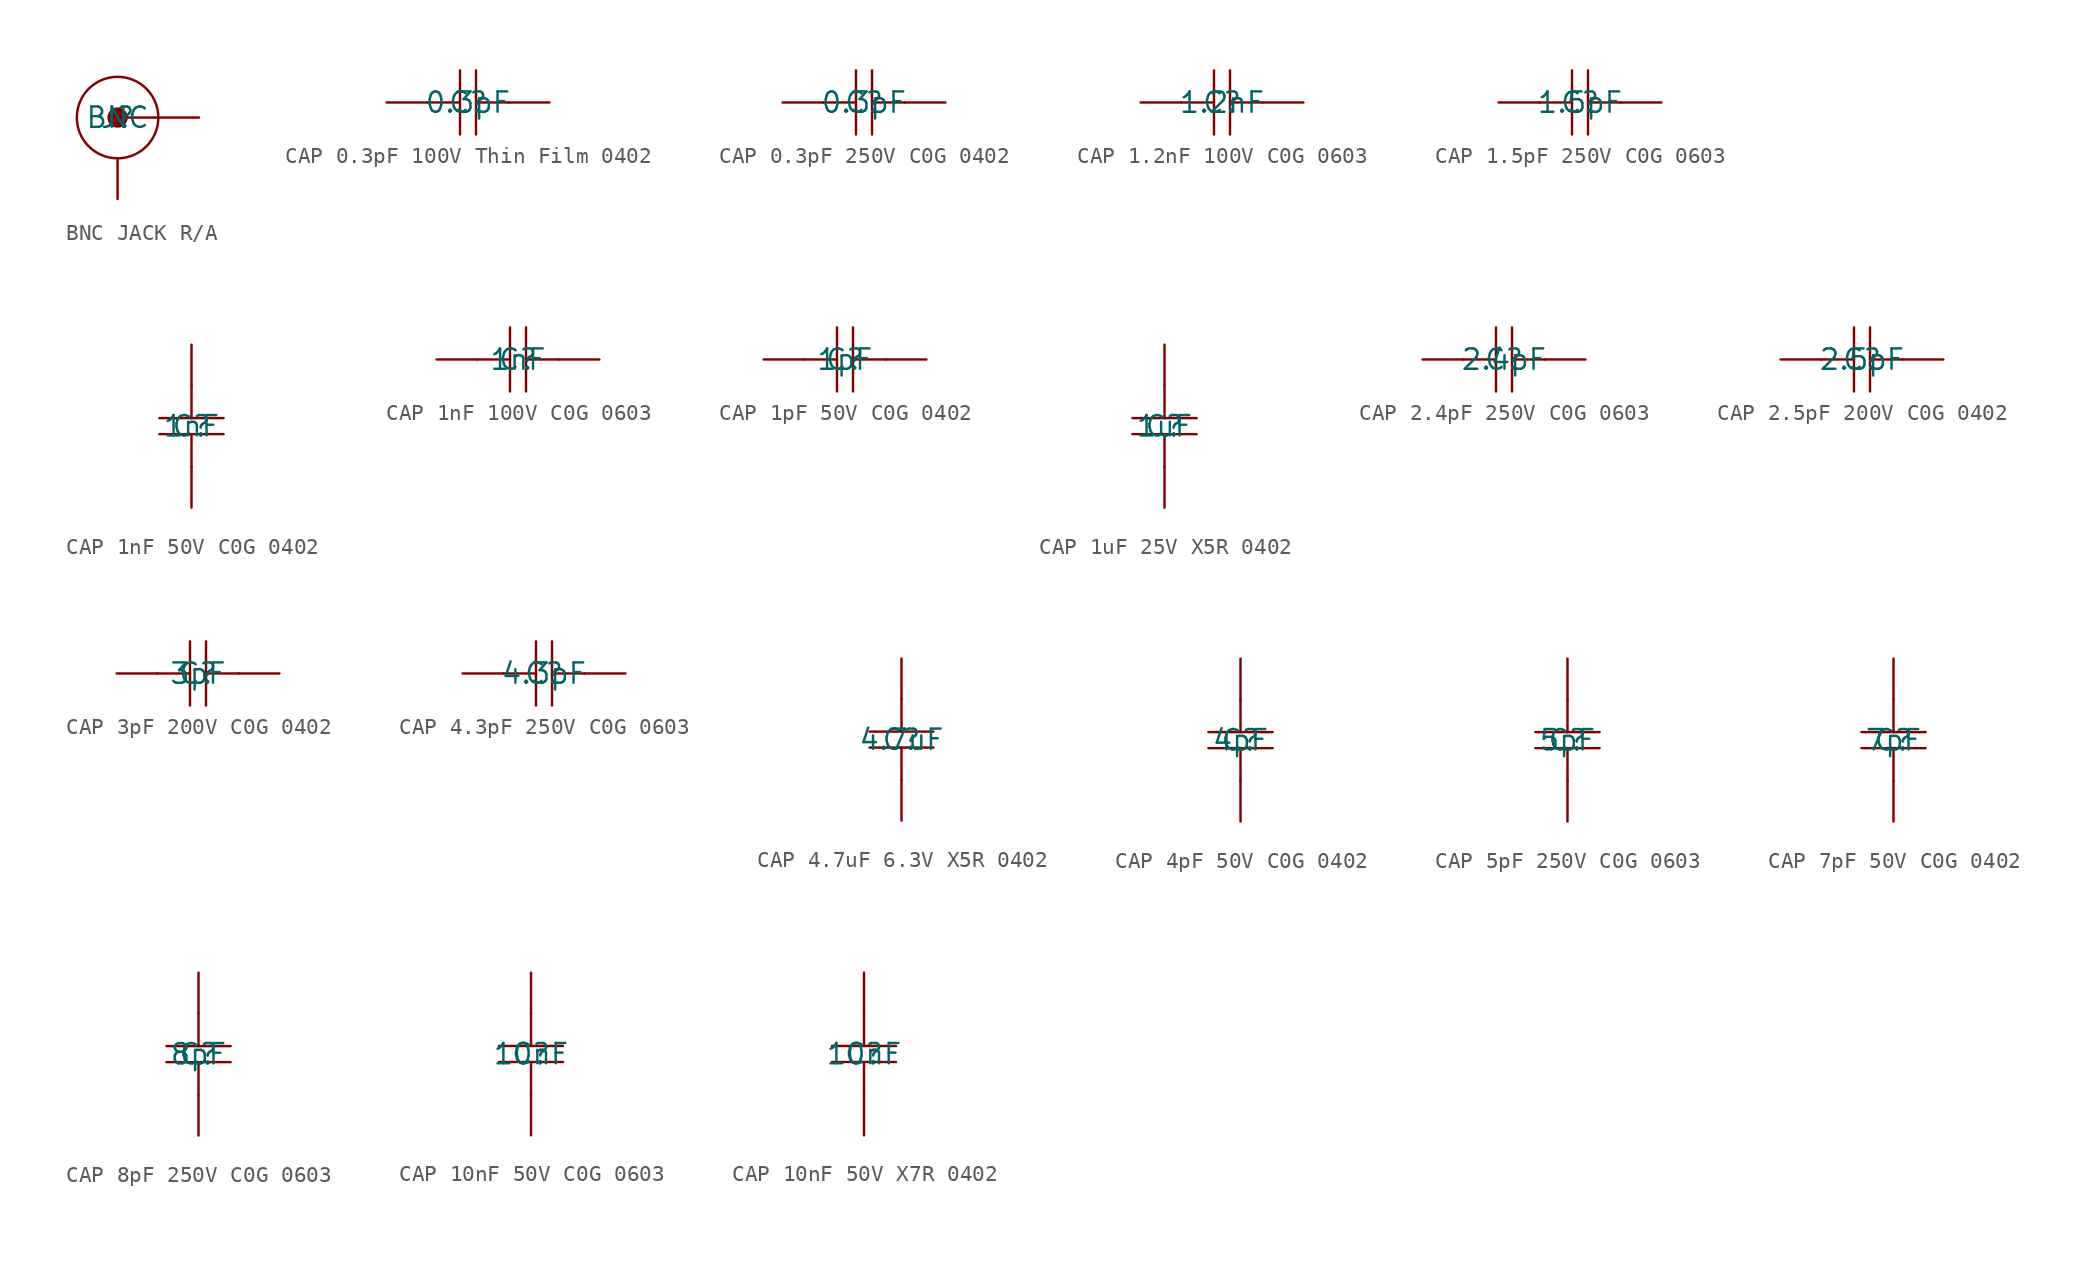
<source format=kicad_sym>
(kicad_symbol_lib
  (version 20241209)
  (generator "kicad_symbol_editor")
  (generator_version "9.0")
  (symbol "BNC JACK R/A"
    (pin_numbers
      (hide yes))
    (pin_names
      (hide yes))
    (property "Reference" "J"
      (at 0 0 0)
      (effects (font (size 1.27 1.27))))
    (property "Value" "BNC"
      (at 0 0 0)
      (effects (font (size 1.27 1.27))))
    (symbol "BNC JACK R/A_1_0"
      (circle (center 0 0) (radius 0.635) (stroke (width -0.0001) (type solid)) (fill (type outline)))
      (circle (center 0 0) (radius 2.54) (stroke (width 0) (type solid)) (fill (type none)))
      (pin passive line (at 0 -5.08 90) (length 2.54) (name "SHIELD" (effects (font (size 1.27 1.27)))) (number "2" (effects (font (size 1.27 1.27)))))
      (pin passive line (at 5.08 0 180) (length 5.08) (name "Signal" (effects (font (size 1.27 1.27)))) (number "1" (effects (font (size 1.27 1.27)))))))
  (symbol "CAP 0.3pF 100V Thin Film 0402"
    (pin_numbers
      (hide yes))
    (pin_names
      (hide yes))
    (property "Reference" "C"
      (at 0 0 0)
      (effects (font (size 1.27 1.27))))
    (property "Value" "0.3pF"
      (at 0 0 0)
      (effects (font (size 1.27 1.27))))
    (symbol "CAP 0.3pF 100V Thin Film 0402_1_0"
      (polyline (pts (xy -2.54 0) (xy -0.5 0)) (stroke (width 0) (type solid)) (fill (type none)))
      (polyline (pts (xy -0.5 -2) (xy -0.5 2)) (stroke (width 0) (type solid)) (fill (type none)))
      (polyline (pts (xy 0.5 -2) (xy 0.5 2)) (stroke (width 0) (type solid)) (fill (type none)))
      (polyline (pts (xy 2.54 0) (xy 0.5 0)) (stroke (width 0) (type solid)) (fill (type none)))
      (pin passive line (at -5.08 0 0) (length 2.54) (name "2" (effects (font (size 1.27 1.27)))) (number "2" (effects (font (size 1.27 1.27)))))
      (pin passive line (at 5.08 0 180) (length 2.54) (name "1" (effects (font (size 1.27 1.27)))) (number "1" (effects (font (size 1.27 1.27)))))))
  (symbol "CAP 0.3pF 250V C0G 0402"
    (pin_numbers
      (hide yes))
    (pin_names
      (hide yes))
    (property "Reference" "C"
      (at 0 0 0)
      (effects (font (size 1.27 1.27))))
    (property "Value" "0.3pF"
      (at 0 0 0)
      (effects (font (size 1.27 1.27))))
    (symbol "CAP 0.3pF 250V C0G 0402_1_0"
      (polyline (pts (xy -2.54 0) (xy -0.5 0)) (stroke (width 0) (type solid)) (fill (type none)))
      (polyline (pts (xy -0.5 -2) (xy -0.5 2)) (stroke (width 0) (type solid)) (fill (type none)))
      (polyline (pts (xy 0.5 -2) (xy 0.5 2)) (stroke (width 0) (type solid)) (fill (type none)))
      (polyline (pts (xy 2.54 0) (xy 0.5 0)) (stroke (width 0) (type solid)) (fill (type none)))
      (pin passive line (at -5.08 0 0) (length 2.54) (name "2" (effects (font (size 1.27 1.27)))) (number "2" (effects (font (size 1.27 1.27)))))
      (pin passive line (at 5.08 0 180) (length 2.54) (name "1" (effects (font (size 1.27 1.27)))) (number "1" (effects (font (size 1.27 1.27)))))))
  (symbol "CAP 1.2nF 100V C0G 0603"
    (pin_numbers
      (hide yes))
    (pin_names
      (hide yes))
    (property "Reference" "C"
      (at 0 0 0)
      (effects (font (size 1.27 1.27))))
    (property "Value" "1.2nF"
      (at 0 0 0)
      (effects (font (size 1.27 1.27))))
    (symbol "CAP 1.2nF 100V C0G 0603_1_0"
      (polyline (pts (xy -2.54 0) (xy -0.5 0)) (stroke (width 0) (type solid)) (fill (type none)))
      (polyline (pts (xy -0.5 -2) (xy -0.5 2)) (stroke (width 0) (type solid)) (fill (type none)))
      (polyline (pts (xy 0.5 -2) (xy 0.5 2)) (stroke (width 0) (type solid)) (fill (type none)))
      (polyline (pts (xy 2.54 0) (xy 0.5 0)) (stroke (width 0) (type solid)) (fill (type none)))
      (pin passive line (at -5.08 0 0) (length 2.54) (name "2" (effects (font (size 1.27 1.27)))) (number "2" (effects (font (size 1.27 1.27)))))
      (pin passive line (at 5.08 0 180) (length 2.54) (name "1" (effects (font (size 1.27 1.27)))) (number "1" (effects (font (size 1.27 1.27)))))))
  (symbol "CAP 1.5pF 250V C0G 0603"
    (pin_numbers
      (hide yes))
    (pin_names
      (hide yes))
    (property "Reference" "C"
      (at 0 0 0)
      (effects (font (size 1.27 1.27))))
    (property "Value" "1.5pF"
      (at 0 0 0)
      (effects (font (size 1.27 1.27))))
    (symbol "CAP 1.5pF 250V C0G 0603_1_0"
      (polyline (pts (xy -2.54 0) (xy -0.5 0)) (stroke (width 0) (type solid)) (fill (type none)))
      (polyline (pts (xy -0.5 -2) (xy -0.5 2)) (stroke (width 0) (type solid)) (fill (type none)))
      (polyline (pts (xy 0.5 -2) (xy 0.5 2)) (stroke (width 0) (type solid)) (fill (type none)))
      (polyline (pts (xy 2.54 0) (xy 0.5 0)) (stroke (width 0) (type solid)) (fill (type none)))
      (pin passive line (at -5.08 0 0) (length 2.54) (name "2" (effects (font (size 1.27 1.27)))) (number "2" (effects (font (size 1.27 1.27)))))
      (pin passive line (at 5.08 0 180) (length 2.54) (name "1" (effects (font (size 1.27 1.27)))) (number "1" (effects (font (size 1.27 1.27)))))))
  (symbol "CAP 1nF 50V C0G 0402"
    (pin_numbers
      (hide yes))
    (pin_names
      (hide yes))
    (property "Reference" "C"
      (at 0 0 0)
      (effects (font (size 1.27 1.27))))
    (property "Value" "1nF"
      (at 0 0 0)
      (effects (font (size 1.27 1.27))))
    (symbol "CAP 1nF 50V C0G 0402_1_0"
      (polyline (pts (xy -2 0.5) (xy 2 0.5)) (stroke (width 0) (type solid)) (fill (type none)))
      (polyline (pts (xy -2 -0.5) (xy 2 -0.5)) (stroke (width 0) (type solid)) (fill (type none)))
      (polyline (pts (xy 0 2.54) (xy 0 0.5)) (stroke (width 0) (type solid)) (fill (type none)))
      (polyline (pts (xy 0 -2.54) (xy 0 -0.5)) (stroke (width 0) (type solid)) (fill (type none)))
      (pin passive line (at 0 5.08 270) (length 2.54) (name "2" (effects (font (size 1.27 1.27)))) (number "2" (effects (font (size 1.27 1.27)))))
      (pin passive line (at 0 -5.08 90) (length 2.54) (name "1" (effects (font (size 1.27 1.27)))) (number "1" (effects (font (size 1.27 1.27)))))))
  (symbol "CAP 1nF 100V C0G 0603"
    (pin_numbers
      (hide yes))
    (pin_names
      (hide yes))
    (property "Reference" "C"
      (at 0 0 0)
      (effects (font (size 1.27 1.27))))
    (property "Value" "1nF"
      (at 0 0 0)
      (effects (font (size 1.27 1.27))))
    (symbol "CAP 1nF 100V C0G 0603_1_0"
      (polyline (pts (xy -2.54 0) (xy -0.5 0)) (stroke (width 0) (type solid)) (fill (type none)))
      (polyline (pts (xy -0.5 -2) (xy -0.5 2)) (stroke (width 0) (type solid)) (fill (type none)))
      (polyline (pts (xy 0.5 -2) (xy 0.5 2)) (stroke (width 0) (type solid)) (fill (type none)))
      (polyline (pts (xy 2.54 0) (xy 0.5 0)) (stroke (width 0) (type solid)) (fill (type none)))
      (pin passive line (at -5.08 0 0) (length 2.54) (name "2" (effects (font (size 1.27 1.27)))) (number "2" (effects (font (size 1.27 1.27)))))
      (pin passive line (at 5.08 0 180) (length 2.54) (name "1" (effects (font (size 1.27 1.27)))) (number "1" (effects (font (size 1.27 1.27)))))))
  (symbol "CAP 1pF 50V C0G 0402"
    (pin_numbers
      (hide yes))
    (pin_names
      (hide yes))
    (property "Reference" "C"
      (at 0 0 0)
      (effects (font (size 1.27 1.27))))
    (property "Value" "1pF"
      (at 0 0 0)
      (effects (font (size 1.27 1.27))))
    (symbol "CAP 1pF 50V C0G 0402_1_0"
      (polyline (pts (xy -2.54 0) (xy -0.5 0)) (stroke (width 0) (type solid)) (fill (type none)))
      (polyline (pts (xy -0.5 -2) (xy -0.5 2)) (stroke (width 0) (type solid)) (fill (type none)))
      (polyline (pts (xy 0.5 -2) (xy 0.5 2)) (stroke (width 0) (type solid)) (fill (type none)))
      (polyline (pts (xy 2.54 0) (xy 0.5 0)) (stroke (width 0) (type solid)) (fill (type none)))
      (pin passive line (at -5.08 0 0) (length 2.54) (name "2" (effects (font (size 1.27 1.27)))) (number "2" (effects (font (size 1.27 1.27)))))
      (pin passive line (at 5.08 0 180) (length 2.54) (name "1" (effects (font (size 1.27 1.27)))) (number "1" (effects (font (size 1.27 1.27)))))))
  (symbol "CAP 1uF 25V X5R 0402"
    (pin_numbers
      (hide yes))
    (pin_names
      (hide yes))
    (property "Reference" "C"
      (at 0 0 0)
      (effects (font (size 1.27 1.27))))
    (property "Value" "1uF"
      (at 0 0 0)
      (effects (font (size 1.27 1.27))))
    (symbol "CAP 1uF 25V X5R 0402_1_0"
      (polyline (pts (xy 0 2.54) (xy 0 0.5)) (stroke (width 0) (type solid)) (fill (type none)))
      (polyline (pts (xy 0 -2.54) (xy 0 -0.5)) (stroke (width 0) (type solid)) (fill (type none)))
      (polyline (pts (xy 2 0.5) (xy -2 0.5)) (stroke (width 0) (type solid)) (fill (type none)))
      (polyline (pts (xy 2 -0.5) (xy -2 -0.5)) (stroke (width 0) (type solid)) (fill (type none)))
      (pin passive line (at 0 5.08 270) (length 2.54) (name "1" (effects (font (size 1.27 1.27)))) (number "1" (effects (font (size 1.27 1.27)))))
      (pin passive line (at 0 -5.08 90) (length 2.54) (name "2" (effects (font (size 1.27 1.27)))) (number "2" (effects (font (size 1.27 1.27)))))))
  (symbol "CAP 2.4pF 250V C0G 0603"
    (pin_numbers
      (hide yes))
    (pin_names
      (hide yes))
    (property "Reference" "C"
      (at 0 0 0)
      (effects (font (size 1.27 1.27))))
    (property "Value" "2.4pF"
      (at 0 0 0)
      (effects (font (size 1.27 1.27))))
    (symbol "CAP 2.4pF 250V C0G 0603_1_0"
      (polyline (pts (xy -2.54 0) (xy -0.5 0)) (stroke (width 0) (type solid)) (fill (type none)))
      (polyline (pts (xy -0.5 -2) (xy -0.5 2)) (stroke (width 0) (type solid)) (fill (type none)))
      (polyline (pts (xy 0.5 -2) (xy 0.5 2)) (stroke (width 0) (type solid)) (fill (type none)))
      (polyline (pts (xy 2.54 0) (xy 0.5 0)) (stroke (width 0) (type solid)) (fill (type none)))
      (pin passive line (at -5.08 0 0) (length 2.54) (name "2" (effects (font (size 1.27 1.27)))) (number "2" (effects (font (size 1.27 1.27)))))
      (pin passive line (at 5.08 0 180) (length 2.54) (name "1" (effects (font (size 1.27 1.27)))) (number "1" (effects (font (size 1.27 1.27)))))))
  (symbol "CAP 2.5pF 200V C0G 0402"
    (pin_numbers
      (hide yes))
    (pin_names
      (hide yes))
    (property "Reference" "C"
      (at 0 0 0)
      (effects (font (size 1.27 1.27))))
    (property "Value" "2.5pF"
      (at 0 0 0)
      (effects (font (size 1.27 1.27))))
    (symbol "CAP 2.5pF 200V C0G 0402_1_0"
      (polyline (pts (xy -2.54 0) (xy -0.5 0)) (stroke (width 0) (type solid)) (fill (type none)))
      (polyline (pts (xy -0.5 -2) (xy -0.5 2)) (stroke (width 0) (type solid)) (fill (type none)))
      (polyline (pts (xy 0.5 -2) (xy 0.5 2)) (stroke (width 0) (type solid)) (fill (type none)))
      (polyline (pts (xy 2.54 0) (xy 0.5 0)) (stroke (width 0) (type solid)) (fill (type none)))
      (pin passive line (at -5.08 0 0) (length 2.54) (name "2" (effects (font (size 1.27 1.27)))) (number "2" (effects (font (size 1.27 1.27)))))
      (pin passive line (at 5.08 0 180) (length 2.54) (name "1" (effects (font (size 1.27 1.27)))) (number "1" (effects (font (size 1.27 1.27)))))))
  (symbol "CAP 3pF 200V C0G 0402"
    (pin_numbers
      (hide yes))
    (pin_names
      (hide yes))
    (property "Reference" "C"
      (at 0 0 0)
      (effects (font (size 1.27 1.27))))
    (property "Value" "3pF"
      (at 0 0 0)
      (effects (font (size 1.27 1.27))))
    (symbol "CAP 3pF 200V C0G 0402_1_0"
      (polyline (pts (xy -2.54 0) (xy -0.5 0)) (stroke (width 0) (type solid)) (fill (type none)))
      (polyline (pts (xy -0.5 -2) (xy -0.5 2)) (stroke (width 0) (type solid)) (fill (type none)))
      (polyline (pts (xy 0.5 -2) (xy 0.5 2)) (stroke (width 0) (type solid)) (fill (type none)))
      (polyline (pts (xy 2.54 0) (xy 0.5 0)) (stroke (width 0) (type solid)) (fill (type none)))
      (pin passive line (at -5.08 0 0) (length 2.54) (name "2" (effects (font (size 1.27 1.27)))) (number "2" (effects (font (size 1.27 1.27)))))
      (pin passive line (at 5.08 0 180) (length 2.54) (name "1" (effects (font (size 1.27 1.27)))) (number "1" (effects (font (size 1.27 1.27)))))))
  (symbol "CAP 4.3pF 250V C0G 0603"
    (pin_numbers
      (hide yes))
    (pin_names
      (hide yes))
    (property "Reference" "C"
      (at 0 0 0)
      (effects (font (size 1.27 1.27))))
    (property "Value" "4.3pF"
      (at 0 0 0)
      (effects (font (size 1.27 1.27))))
    (symbol "CAP 4.3pF 250V C0G 0603_1_0"
      (polyline (pts (xy -2.54 0) (xy -0.5 0)) (stroke (width 0) (type solid)) (fill (type none)))
      (polyline (pts (xy -0.5 -2) (xy -0.5 2)) (stroke (width 0) (type solid)) (fill (type none)))
      (polyline (pts (xy 0.5 -2) (xy 0.5 2)) (stroke (width 0) (type solid)) (fill (type none)))
      (polyline (pts (xy 2.54 0) (xy 0.5 0)) (stroke (width 0) (type solid)) (fill (type none)))
      (pin passive line (at -5.08 0 0) (length 2.54) (name "2" (effects (font (size 1.27 1.27)))) (number "2" (effects (font (size 1.27 1.27)))))
      (pin passive line (at 5.08 0 180) (length 2.54) (name "1" (effects (font (size 1.27 1.27)))) (number "1" (effects (font (size 1.27 1.27)))))))
  (symbol "CAP 4.7uF 6.3V X5R 0402"
    (pin_numbers
      (hide yes))
    (pin_names
      (hide yes))
    (property "Reference" "C"
      (at 0 0 0)
      (effects (font (size 1.27 1.27))))
    (property "Value" "4.7uF"
      (at 0 0 0)
      (effects (font (size 1.27 1.27))))
    (symbol "CAP 4.7uF 6.3V X5R 0402_1_0"
      (polyline (pts (xy -2 0.5) (xy 2 0.5)) (stroke (width 0) (type solid)) (fill (type none)))
      (polyline (pts (xy -2 -0.5) (xy 2 -0.5)) (stroke (width 0) (type solid)) (fill (type none)))
      (polyline (pts (xy 0 2.54) (xy 0 0.5)) (stroke (width 0) (type solid)) (fill (type none)))
      (polyline (pts (xy 0 -2.54) (xy 0 -0.5)) (stroke (width 0) (type solid)) (fill (type none)))
      (pin passive line (at 0 5.08 270) (length 2.54) (name "2" (effects (font (size 1.27 1.27)))) (number "2" (effects (font (size 1.27 1.27)))))
      (pin passive line (at 0 -5.08 90) (length 2.54) (name "1" (effects (font (size 1.27 1.27)))) (number "1" (effects (font (size 1.27 1.27)))))))
  (symbol "CAP 4pF 50V C0G 0402"
    (pin_numbers
      (hide yes))
    (pin_names
      (hide yes))
    (property "Reference" "C"
      (at 0 0 0)
      (effects (font (size 1.27 1.27))))
    (property "Value" "4pF"
      (at 0 0 0)
      (effects (font (size 1.27 1.27))))
    (symbol "CAP 4pF 50V C0G 0402_1_0"
      (polyline (pts (xy -2 0.5) (xy 2 0.5)) (stroke (width 0) (type solid)) (fill (type none)))
      (polyline (pts (xy -2 -0.5) (xy 2 -0.5)) (stroke (width 0) (type solid)) (fill (type none)))
      (polyline (pts (xy 0 2.54) (xy 0 0.5)) (stroke (width 0) (type solid)) (fill (type none)))
      (polyline (pts (xy 0 -2.54) (xy 0 -0.5)) (stroke (width 0) (type solid)) (fill (type none)))
      (pin passive line (at 0 5.08 270) (length 2.54) (name "2" (effects (font (size 1.27 1.27)))) (number "2" (effects (font (size 1.27 1.27)))))
      (pin passive line (at 0 -5.08 90) (length 2.54) (name "1" (effects (font (size 1.27 1.27)))) (number "1" (effects (font (size 1.27 1.27)))))))
  (symbol "CAP 5pF 250V C0G 0603"
    (pin_numbers
      (hide yes))
    (pin_names
      (hide yes))
    (property "Reference" "C"
      (at 0 0 0)
      (effects (font (size 1.27 1.27))))
    (property "Value" "5pF"
      (at 0 0 0)
      (effects (font (size 1.27 1.27))))
    (symbol "CAP 5pF 250V C0G 0603_1_0"
      (polyline (pts (xy 0 2.54) (xy 0 0.5)) (stroke (width 0) (type solid)) (fill (type none)))
      (polyline (pts (xy 0 -2.54) (xy 0 -0.5)) (stroke (width 0) (type solid)) (fill (type none)))
      (polyline (pts (xy 2 0.5) (xy -2 0.5)) (stroke (width 0) (type solid)) (fill (type none)))
      (polyline (pts (xy 2 -0.5) (xy -2 -0.5)) (stroke (width 0) (type solid)) (fill (type none)))
      (pin passive line (at 0 5.08 270) (length 2.54) (name "1" (effects (font (size 1.27 1.27)))) (number "1" (effects (font (size 1.27 1.27)))))
      (pin passive line (at 0 -5.08 90) (length 2.54) (name "2" (effects (font (size 1.27 1.27)))) (number "2" (effects (font (size 1.27 1.27)))))))
  (symbol "CAP 7pF 50V C0G 0402"
    (pin_numbers
      (hide yes))
    (pin_names
      (hide yes))
    (property "Reference" "C"
      (at 0 0 0)
      (effects (font (size 1.27 1.27))))
    (property "Value" "7pF"
      (at 0 0 0)
      (effects (font (size 1.27 1.27))))
    (symbol "CAP 7pF 50V C0G 0402_1_0"
      (polyline (pts (xy -2 0.5) (xy 2 0.5)) (stroke (width 0) (type solid)) (fill (type none)))
      (polyline (pts (xy -2 -0.5) (xy 2 -0.5)) (stroke (width 0) (type solid)) (fill (type none)))
      (polyline (pts (xy 0 2.54) (xy 0 0.5)) (stroke (width 0) (type solid)) (fill (type none)))
      (polyline (pts (xy 0 -2.54) (xy 0 -0.5)) (stroke (width 0) (type solid)) (fill (type none)))
      (pin passive line (at 0 5.08 270) (length 2.54) (name "2" (effects (font (size 1.27 1.27)))) (number "2" (effects (font (size 1.27 1.27)))))
      (pin passive line (at 0 -5.08 90) (length 2.54) (name "1" (effects (font (size 1.27 1.27)))) (number "1" (effects (font (size 1.27 1.27)))))))
  (symbol "CAP 8pF 250V C0G 0603"
    (pin_numbers
      (hide yes))
    (pin_names
      (hide yes))
    (property "Reference" "C"
      (at 0 0 0)
      (effects (font (size 1.27 1.27))))
    (property "Value" "8pF"
      (at 0 0 0)
      (effects (font (size 1.27 1.27))))
    (symbol "CAP 8pF 250V C0G 0603_1_0"
      (polyline (pts (xy 0 2.54) (xy 0 0.5)) (stroke (width 0) (type solid)) (fill (type none)))
      (polyline (pts (xy 0 -2.54) (xy 0 -0.5)) (stroke (width 0) (type solid)) (fill (type none)))
      (polyline (pts (xy 2 0.5) (xy -2 0.5)) (stroke (width 0) (type solid)) (fill (type none)))
      (polyline (pts (xy 2 -0.5) (xy -2 -0.5)) (stroke (width 0) (type solid)) (fill (type none)))
      (pin passive line (at 0 5.08 270) (length 2.54) (name "1" (effects (font (size 1.27 1.27)))) (number "1" (effects (font (size 1.27 1.27)))))
      (pin passive line (at 0 -5.08 90) (length 2.54) (name "2" (effects (font (size 1.27 1.27)))) (number "2" (effects (font (size 1.27 1.27)))))))
  (symbol "CAP 10nF 50V C0G 0603"
    (pin_numbers
      (hide yes))
    (pin_names
      (hide yes))
    (property "Reference" "C"
      (at 0 0 0)
      (effects (font (size 1.27 1.27))))
    (property "Value" "10nF"
      (at 0 0 0)
      (effects (font (size 1.27 1.27))))
    (symbol "CAP 10nF 50V C0G 0603_1_0"
      (polyline (pts (xy 0 2.54) (xy 0 0.5)) (stroke (width 0) (type solid)) (fill (type none)))
      (polyline (pts (xy 0 -2.54) (xy 0 -0.5)) (stroke (width 0) (type solid)) (fill (type none)))
      (polyline (pts (xy 2 0.5) (xy -2 0.5)) (stroke (width 0) (type solid)) (fill (type none)))
      (polyline (pts (xy 2 -0.5) (xy -2 -0.5)) (stroke (width 0) (type solid)) (fill (type none)))
      (pin passive line (at 0 5.08 270) (length 2.54) (name "1" (effects (font (size 1.27 1.27)))) (number "1" (effects (font (size 1.27 1.27)))))
      (pin passive line (at 0 -5.08 90) (length 2.54) (name "2" (effects (font (size 1.27 1.27)))) (number "2" (effects (font (size 1.27 1.27)))))))
  (symbol "CAP 10nF 50V X7R 0402"
    (pin_numbers
      (hide yes))
    (pin_names
      (hide yes))
    (property "Reference" "C"
      (at 0 0 0)
      (effects (font (size 1.27 1.27))))
    (property "Value" "10nF"
      (at 0 0 0)
      (effects (font (size 1.27 1.27))))
    (symbol "CAP 10nF 50V X7R 0402_1_0"
      (polyline (pts (xy -2 0.5) (xy 2 0.5)) (stroke (width 0) (type solid)) (fill (type none)))
      (polyline (pts (xy -2 -0.5) (xy 2 -0.5)) (stroke (width 0) (type solid)) (fill (type none)))
      (polyline (pts (xy 0 2.54) (xy 0 0.5)) (stroke (width 0) (type solid)) (fill (type none)))
      (polyline (pts (xy 0 -2.54) (xy 0 -0.5)) (stroke (width 0) (type solid)) (fill (type none)))
      (pin passive line (at 0 5.08 270) (length 2.54) (name "2" (effects (font (size 1.27 1.27)))) (number "2" (effects (font (size 1.27 1.27)))))
      (pin passive line (at 0 -5.08 90) (length 2.54) (name "1" (effects (font (size 1.27 1.27)))) (number "1" (effects (font (size 1.27 1.27))))))))
</source>
